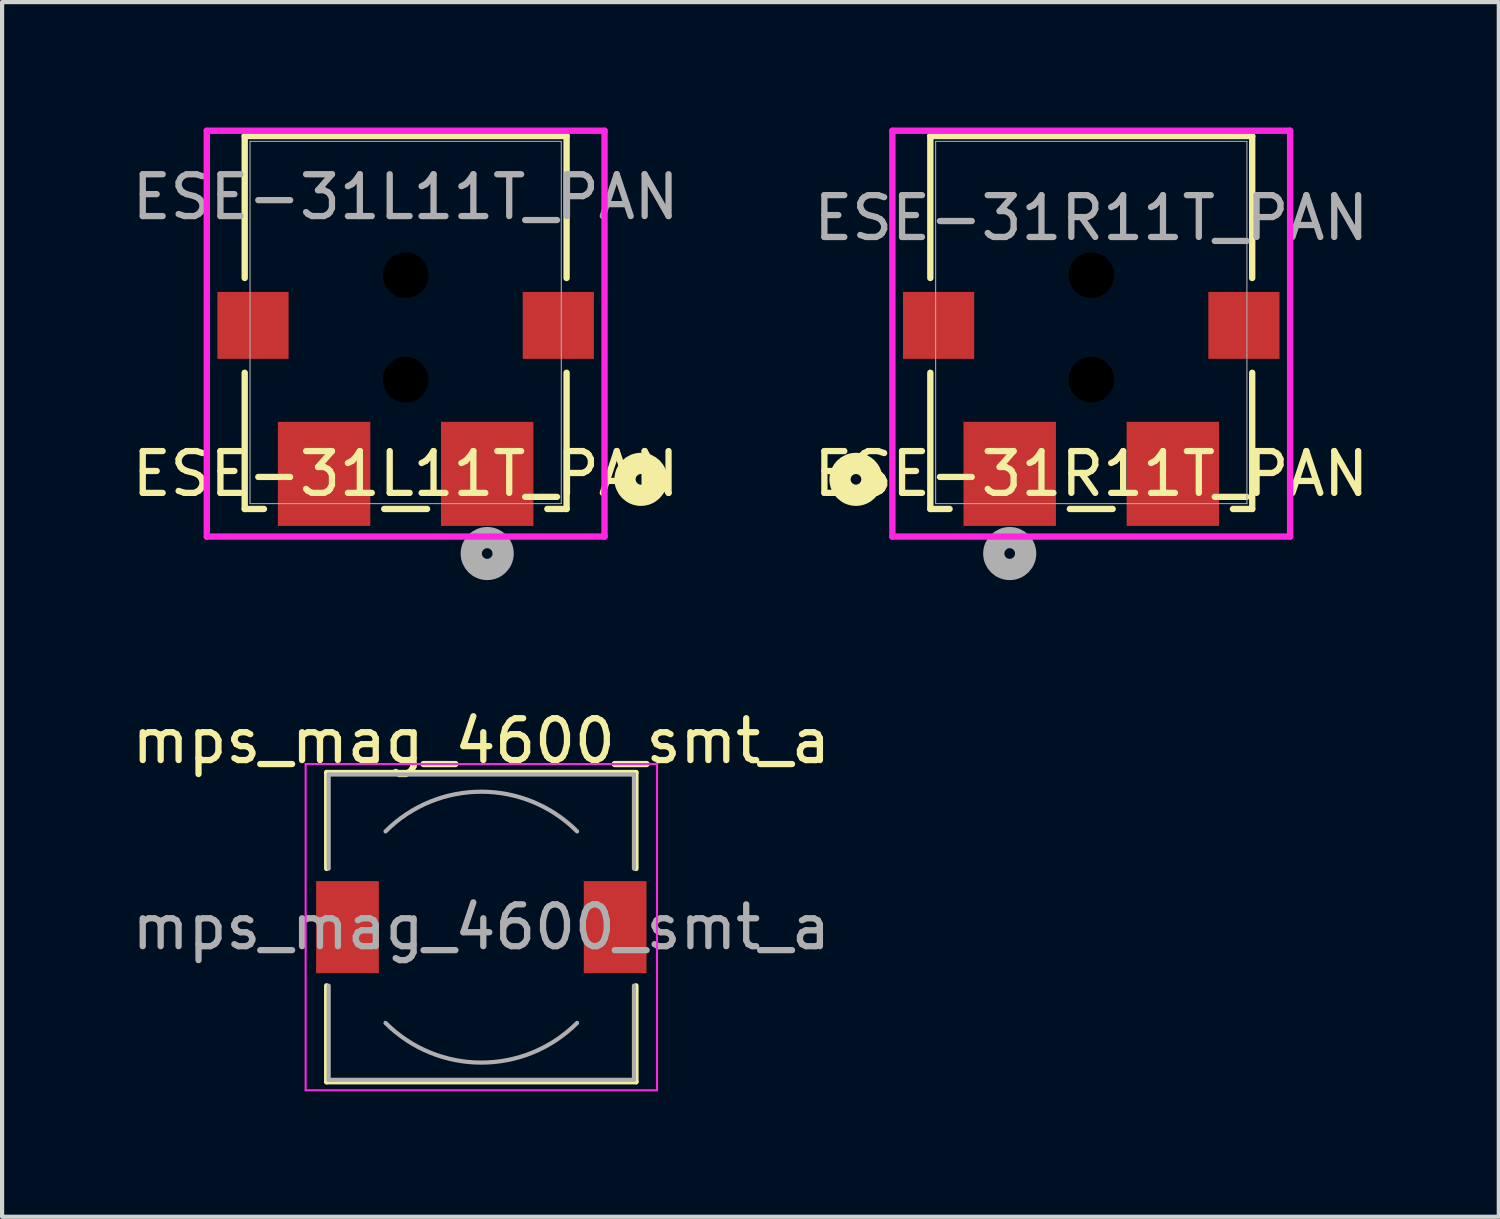
<source format=kicad_pcb>
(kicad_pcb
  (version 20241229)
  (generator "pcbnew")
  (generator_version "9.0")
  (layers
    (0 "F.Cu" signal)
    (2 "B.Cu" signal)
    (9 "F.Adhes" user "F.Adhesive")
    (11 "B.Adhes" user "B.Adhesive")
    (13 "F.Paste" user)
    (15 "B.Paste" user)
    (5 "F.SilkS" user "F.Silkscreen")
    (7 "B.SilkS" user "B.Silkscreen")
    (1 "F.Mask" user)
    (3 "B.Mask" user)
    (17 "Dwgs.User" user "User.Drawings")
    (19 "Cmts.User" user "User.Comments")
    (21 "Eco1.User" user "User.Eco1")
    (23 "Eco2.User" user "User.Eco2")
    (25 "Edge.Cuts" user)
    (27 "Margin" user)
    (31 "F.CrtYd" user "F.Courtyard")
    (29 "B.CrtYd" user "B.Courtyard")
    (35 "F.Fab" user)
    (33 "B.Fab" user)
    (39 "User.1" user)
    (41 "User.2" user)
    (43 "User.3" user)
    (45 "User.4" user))
  (footprint "ESE-31L11T_PAN"
    (layer "F.Cu")
    (at 6.649 4.661)
    (property "Reference" "ESE-31L11T_PAN" (at 0 3.619 0) (unlocked yes) (layer "F.SilkS") (effects (font (size 1 1) (thickness 0.15))))
    (attr smd)
    (fp_line (start -3.848 -4.458) (end 3.848 -4.458) (stroke (width 0.152) (type solid)) (layer "F.SilkS"))
    (fp_line (start -3.848 -1.064) (end -3.848 -4.458) (stroke (width 0.152) (type solid)) (layer "F.SilkS"))
    (fp_line (start -3.848 4.458) (end -3.848 1.202) (stroke (width 0.152) (type solid)) (layer "F.SilkS"))
    (fp_line (start -3.388 4.458) (end -3.848 4.458) (stroke (width 0.152) (type solid)) (layer "F.SilkS"))
    (fp_line (start 0.512 4.458) (end -0.512 4.458) (stroke (width 0.152) (type solid)) (layer "F.SilkS"))
    (fp_line (start 3.848 -4.458) (end 3.848 -1.064) (stroke (width 0.152) (type solid)) (layer "F.SilkS"))
    (fp_line (start 3.848 1.202) (end 3.848 4.458) (stroke (width 0.152) (type solid)) (layer "F.SilkS"))
    (fp_line (start 3.848 4.458) (end 3.388 4.458) (stroke (width 0.152) (type solid)) (layer "F.SilkS"))
    (fp_circle (center 5.626 3.75) (end 5.245 3.75) (stroke (width 0.508) (type solid)) (fill no) (layer "F.SilkS"))
    (fp_line (start -4.755 -4.585) (end 4.755 -4.585) (stroke (width 0.152) (type solid)) (layer "F.CrtYd"))
    (fp_line (start -4.755 5.118) (end -4.755 -4.585) (stroke (width 0.152) (type solid)) (layer "F.CrtYd"))
    (fp_line (start 4.755 -4.585) (end 4.755 5.118) (stroke (width 0.152) (type solid)) (layer "F.CrtYd"))
    (fp_line (start 4.755 5.118) (end -4.755 5.118) (stroke (width 0.152) (type solid)) (layer "F.CrtYd"))
    (fp_line (start -3.721 -4.331) (end 3.721 -4.331) (stroke (width 0.025) (type solid)) (layer "F.Fab"))
    (fp_line (start -3.721 4.331) (end -3.721 -4.331) (stroke (width 0.025) (type solid)) (layer "F.Fab"))
    (fp_line (start 3.721 -4.331) (end 3.721 4.331) (stroke (width 0.025) (type solid)) (layer "F.Fab"))
    (fp_line (start 3.721 4.331) (end -3.721 4.331) (stroke (width 0.025) (type solid)) (layer "F.Fab"))
    (fp_circle (center 1.95 5.524) (end 1.569 5.524) (stroke (width 0.508) (type solid)) (fill no) (layer "F.Fab"))
    (fp_text user "${REFERENCE}" (at 0 -3 0) (unlocked yes) (layer "F.Fab") (effects (font (size 1 1) (thickness 0.15))))
    (pad "" np_thru_hole circle (at 0 -1.131) (size 1.092 1.092) (drill 1.092) (layers))
    (pad "" np_thru_hole circle (at 0 1.369) (size 1.092 1.092) (drill 1.092) (layers))
    (pad "1" smd rect (at 1.95 3.619) (size 2.21 2.489) (layers "F.Cu" "F.Mask" "F.Paste"))
    (pad "2" smd rect (at -1.95 3.619) (size 2.21 2.489) (layers "F.Cu" "F.Mask" "F.Paste"))
    (pad "3" smd rect (at 3.65 0.069) (size 1.702 1.6) (layers "F.Cu" "F.Mask" "F.Paste"))
    (pad "4" smd rect (at -3.65 0.069) (size 1.702 1.6) (layers "F.Cu" "F.Mask" "F.Paste")))
  (footprint "mps_mag_4600_smt_a"
    (layer "F.Cu")
    (at 8.458 19.118)
    (property "Reference" "mps_mag_4600_smt_a" (at 0 -4.45 0) (layer "F.SilkS") (effects (font (size 1 1) (thickness 0.15))))
    (attr smd)
    (fp_line (start -3.7 -3.7) (end 3.7 -3.7) (stroke (width 0.12) (type solid)) (layer "F.SilkS"))
    (fp_line (start -3.7 -1.4) (end -3.7 -3.7) (stroke (width 0.12) (type solid)) (layer "F.SilkS"))
    (fp_line (start -3.7 3.7) (end -3.7 1.4) (stroke (width 0.12) (type solid)) (layer "F.SilkS"))
    (fp_line (start 3.7 -3.7) (end 3.7 -1.4) (stroke (width 0.12) (type solid)) (layer "F.SilkS"))
    (fp_line (start 3.7 1.4) (end 3.7 3.7) (stroke (width 0.12) (type solid)) (layer "F.SilkS"))
    (fp_line (start 3.7 3.7) (end -3.7 3.7) (stroke (width 0.12) (type solid)) (layer "F.SilkS"))
    (fp_line (start -4.2 -3.9) (end -4.2 3.9) (stroke (width 0.05) (type solid)) (layer "F.CrtYd"))
    (fp_line (start -4.2 3.9) (end 4.2 3.9) (stroke (width 0.05) (type solid)) (layer "F.CrtYd"))
    (fp_line (start 4.2 -3.9) (end -4.2 -3.9) (stroke (width 0.05) (type solid)) (layer "F.CrtYd"))
    (fp_line (start 4.2 3.9) (end 4.2 -3.9) (stroke (width 0.05) (type solid)) (layer "F.CrtYd"))
    (fp_line (start -3.65 -3.65) (end -3.65 -1.4) (stroke (width 0.1) (type solid)) (layer "F.Fab"))
    (fp_line (start -3.65 -3.65) (end 3.65 -3.65) (stroke (width 0.1) (type solid)) (layer "F.Fab"))
    (fp_line (start -3.65 3.65) (end -3.65 1.4) (stroke (width 0.1) (type solid)) (layer "F.Fab"))
    (fp_line (start 3.65 -3.65) (end 3.65 -1.4) (stroke (width 0.1) (type solid)) (layer "F.Fab"))
    (fp_line (start 3.65 3.65) (end -3.65 3.65) (stroke (width 0.1) (type solid)) (layer "F.Fab"))
    (fp_line (start 3.65 3.65) (end 3.65 1.4) (stroke (width 0.1) (type solid)) (layer "F.Fab"))
    (fp_arc (start -2.29 -2.29) (mid 0 -3.238549) (end 2.29 -2.29) (stroke (width 0.1) (type solid)) (layer "F.Fab"))
    (fp_arc (start 2.29 2.29) (mid 0 3.238549) (end -2.29 2.29) (stroke (width 0.1) (type solid)) (layer "F.Fab"))
    (fp_text user "${REFERENCE}" (at 0 0 0) (layer "F.Fab") (effects (font (size 1 1) (thickness 0.15))))
    (pad "1" smd rect (at -3.2 0) (size 1.5 2.2) (layers "F.Cu" "F.Mask" "F.Paste"))
    (pad "2" smd rect (at 3.2 0) (size 1.5 2.2) (layers "F.Cu" "F.Mask" "F.Paste")))
  (footprint "ESE-31R11T_PAN"
    (layer "F.Cu")
    (at 23.042 4.661)
    (property "Reference" "ESE-31R11T_PAN" (at 0 3.619 0) (unlocked yes) (layer "F.SilkS") (effects (font (size 1 1) (thickness 0.15))))
    (attr smd)
    (fp_line (start -3.848 -4.458) (end -3.848 -1.064) (stroke (width 0.152) (type solid)) (layer "F.SilkS"))
    (fp_line (start -3.848 1.202) (end -3.848 4.458) (stroke (width 0.152) (type solid)) (layer "F.SilkS"))
    (fp_line (start -3.848 4.458) (end -3.388 4.458) (stroke (width 0.152) (type solid)) (layer "F.SilkS"))
    (fp_line (start -0.512 4.458) (end 0.512 4.458) (stroke (width 0.152) (type solid)) (layer "F.SilkS"))
    (fp_line (start 3.388 4.458) (end 3.848 4.458) (stroke (width 0.152) (type solid)) (layer "F.SilkS"))
    (fp_line (start 3.848 -4.458) (end -3.848 -4.458) (stroke (width 0.152) (type solid)) (layer "F.SilkS"))
    (fp_line (start 3.848 -1.064) (end 3.848 -4.458) (stroke (width 0.152) (type solid)) (layer "F.SilkS"))
    (fp_line (start 3.848 4.458) (end 3.848 1.202) (stroke (width 0.152) (type solid)) (layer "F.SilkS"))
    (fp_circle (center -5.626 3.75) (end -5.245 3.75) (stroke (width 0.508) (type solid)) (fill no) (layer "F.SilkS"))
    (fp_line (start -4.755 -4.585) (end -4.755 5.118) (stroke (width 0.152) (type solid)) (layer "F.CrtYd"))
    (fp_line (start -4.755 5.118) (end 4.755 5.118) (stroke (width 0.152) (type solid)) (layer "F.CrtYd"))
    (fp_line (start 4.755 -4.585) (end -4.755 -4.585) (stroke (width 0.152) (type solid)) (layer "F.CrtYd"))
    (fp_line (start 4.755 5.118) (end 4.755 -4.585) (stroke (width 0.152) (type solid)) (layer "F.CrtYd"))
    (fp_line (start -3.721 -4.331) (end -3.721 4.331) (stroke (width 0.025) (type solid)) (layer "F.Fab"))
    (fp_line (start -3.721 4.331) (end 3.721 4.331) (stroke (width 0.025) (type solid)) (layer "F.Fab"))
    (fp_line (start 3.721 -4.331) (end -3.721 -4.331) (stroke (width 0.025) (type solid)) (layer "F.Fab"))
    (fp_line (start 3.721 4.331) (end 3.721 -4.331) (stroke (width 0.025) (type solid)) (layer "F.Fab"))
    (fp_circle (center -1.95 5.524) (end -1.569 5.524) (stroke (width 0.508) (type solid)) (fill no) (layer "F.Fab"))
    (fp_text user "${REFERENCE}" (at 0 -2.5 0) (unlocked yes) (layer "F.Fab") (effects (font (size 1 1) (thickness 0.15))))
    (pad "" np_thru_hole circle (at 0 -1.131) (size 1.092 1.092) (drill 1.092) (layers))
    (pad "" np_thru_hole circle (at 0 1.369) (size 1.092 1.092) (drill 1.092) (layers))
    (pad "1" smd rect (at -1.95 3.619) (size 2.21 2.489) (layers "F.Cu" "F.Mask" "F.Paste"))
    (pad "2" smd rect (at 1.95 3.619) (size 2.21 2.489) (layers "F.Cu" "F.Mask" "F.Paste"))
    (pad "3" smd rect (at -3.65 0.069) (size 1.702 1.6) (layers "F.Cu" "F.Mask" "F.Paste"))
    (pad "4" smd rect (at 3.65 0.069) (size 1.702 1.6) (layers "F.Cu" "F.Mask" "F.Paste")))
  (gr_rect
    (start -3 -3)
    (end 32.786 26.043)
    (stroke (width 0.1) (type default))
    (fill no)
    (layer "Edge.Cuts")))
</source>
